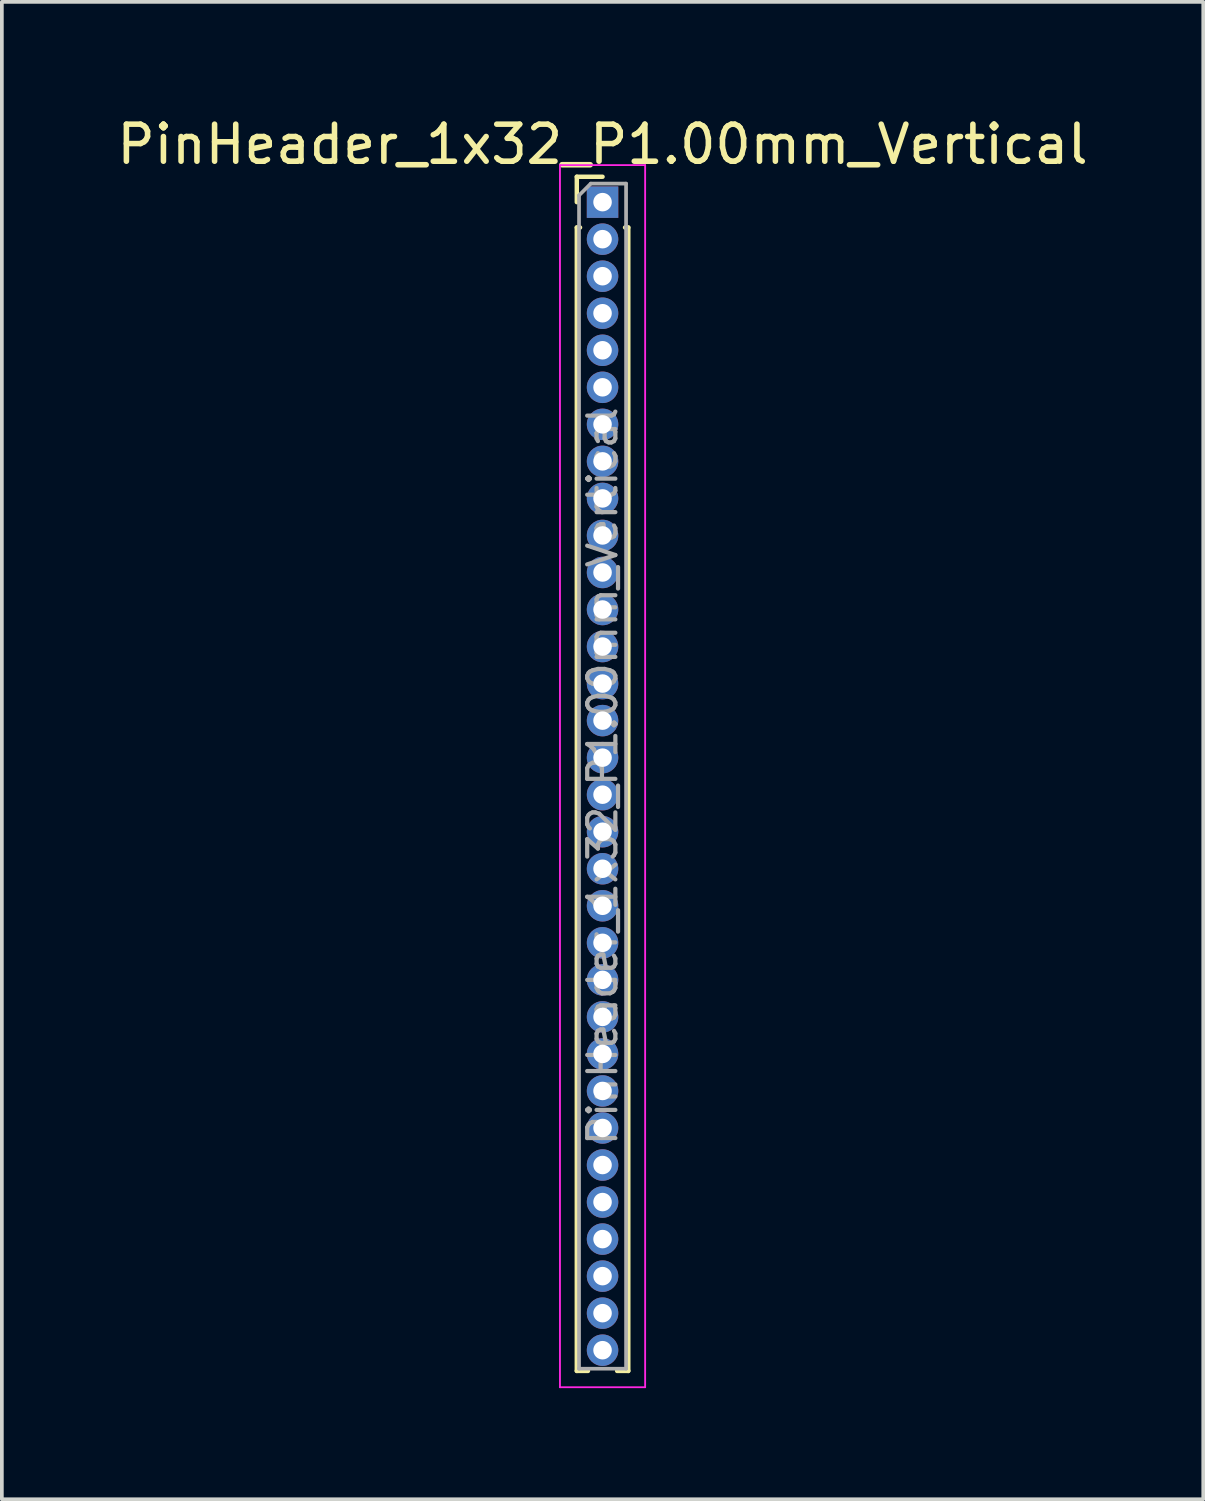
<source format=kicad_pcb>
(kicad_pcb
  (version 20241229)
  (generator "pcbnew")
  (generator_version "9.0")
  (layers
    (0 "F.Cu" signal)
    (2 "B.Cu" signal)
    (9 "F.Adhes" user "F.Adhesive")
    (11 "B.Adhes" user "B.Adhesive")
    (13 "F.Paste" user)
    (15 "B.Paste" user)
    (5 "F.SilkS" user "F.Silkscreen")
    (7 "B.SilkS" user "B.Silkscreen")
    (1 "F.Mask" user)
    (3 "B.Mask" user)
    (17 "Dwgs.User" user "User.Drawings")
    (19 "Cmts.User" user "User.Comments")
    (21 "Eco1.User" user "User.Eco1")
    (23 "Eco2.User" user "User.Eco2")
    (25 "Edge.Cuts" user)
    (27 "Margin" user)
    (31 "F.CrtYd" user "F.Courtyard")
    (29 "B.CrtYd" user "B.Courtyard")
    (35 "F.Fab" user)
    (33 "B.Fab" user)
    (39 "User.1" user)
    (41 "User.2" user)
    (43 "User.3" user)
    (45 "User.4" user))
  (footprint "PinHeader_1x32_P1.00mm_Vertical"
    (layer "F.Cu")
    (at 13.22 2.408)
    (property "Reference" "PinHeader_1x32_P1.00mm_Vertical" (at 0 -1.56 0) (layer "F.SilkS") (effects (font (size 1 1) (thickness 0.15))))
    (attr through_hole)
    (fp_line (start -0.695 -0.685) (end 0 -0.685) (stroke (width 0.12) (type solid)) (layer "F.SilkS"))
    (fp_line (start -0.695 0) (end -0.695 -0.685) (stroke (width 0.12) (type solid)) (layer "F.SilkS"))
    (fp_line (start -0.695 0.685) (end -0.695 31.56) (stroke (width 0.12) (type solid)) (layer "F.SilkS"))
    (fp_line (start -0.695 0.685) (end -0.608 0.685) (stroke (width 0.12) (type solid)) (layer "F.SilkS"))
    (fp_line (start -0.695 31.56) (end -0.394 31.56) (stroke (width 0.12) (type solid)) (layer "F.SilkS"))
    (fp_line (start 0.394 31.56) (end 0.695 31.56) (stroke (width 0.12) (type solid)) (layer "F.SilkS"))
    (fp_line (start 0.608 0.685) (end 0.695 0.685) (stroke (width 0.12) (type solid)) (layer "F.SilkS"))
    (fp_line (start 0.695 0.685) (end 0.695 31.56) (stroke (width 0.12) (type solid)) (layer "F.SilkS"))
    (fp_line (start -1.15 -1) (end -1.15 32) (stroke (width 0.05) (type solid)) (layer "F.CrtYd"))
    (fp_line (start -1.15 32) (end 1.15 32) (stroke (width 0.05) (type solid)) (layer "F.CrtYd"))
    (fp_line (start 1.15 -1) (end -1.15 -1) (stroke (width 0.05) (type solid)) (layer "F.CrtYd"))
    (fp_line (start 1.15 32) (end 1.15 -1) (stroke (width 0.05) (type solid)) (layer "F.CrtYd"))
    (fp_line (start -0.635 -0.182) (end -0.318 -0.5) (stroke (width 0.1) (type solid)) (layer "F.Fab"))
    (fp_line (start -0.635 31.5) (end -0.635 -0.182) (stroke (width 0.1) (type solid)) (layer "F.Fab"))
    (fp_line (start -0.318 -0.5) (end 0.635 -0.5) (stroke (width 0.1) (type solid)) (layer "F.Fab"))
    (fp_line (start 0.635 -0.5) (end 0.635 31.5) (stroke (width 0.1) (type solid)) (layer "F.Fab"))
    (fp_line (start 0.635 31.5) (end -0.635 31.5) (stroke (width 0.1) (type solid)) (layer "F.Fab"))
    (fp_text user "${REFERENCE}" (at 0 15.5 90) (layer "F.Fab") (effects (font (size 0.76 0.76) (thickness 0.114))))
    (pad "1" thru_hole rect (at 0 0) (size 0.85 0.85) (drill 0.5) (layers "*.Cu" "*.Mask"))
    (pad "2" thru_hole oval (at 0 1) (size 0.85 0.85) (drill 0.5) (layers "*.Cu" "*.Mask"))
    (pad "3" thru_hole oval (at 0 2) (size 0.85 0.85) (drill 0.5) (layers "*.Cu" "*.Mask"))
    (pad "4" thru_hole oval (at 0 3) (size 0.85 0.85) (drill 0.5) (layers "*.Cu" "*.Mask"))
    (pad "5" thru_hole oval (at 0 4) (size 0.85 0.85) (drill 0.5) (layers "*.Cu" "*.Mask"))
    (pad "6" thru_hole oval (at 0 5) (size 0.85 0.85) (drill 0.5) (layers "*.Cu" "*.Mask"))
    (pad "7" thru_hole oval (at 0 6) (size 0.85 0.85) (drill 0.5) (layers "*.Cu" "*.Mask"))
    (pad "8" thru_hole oval (at 0 7) (size 0.85 0.85) (drill 0.5) (layers "*.Cu" "*.Mask"))
    (pad "9" thru_hole oval (at 0 8) (size 0.85 0.85) (drill 0.5) (layers "*.Cu" "*.Mask"))
    (pad "10" thru_hole oval (at 0 9) (size 0.85 0.85) (drill 0.5) (layers "*.Cu" "*.Mask"))
    (pad "11" thru_hole oval (at 0 10) (size 0.85 0.85) (drill 0.5) (layers "*.Cu" "*.Mask"))
    (pad "12" thru_hole oval (at 0 11) (size 0.85 0.85) (drill 0.5) (layers "*.Cu" "*.Mask"))
    (pad "13" thru_hole oval (at 0 12) (size 0.85 0.85) (drill 0.5) (layers "*.Cu" "*.Mask"))
    (pad "14" thru_hole oval (at 0 13) (size 0.85 0.85) (drill 0.5) (layers "*.Cu" "*.Mask"))
    (pad "15" thru_hole oval (at 0 14) (size 0.85 0.85) (drill 0.5) (layers "*.Cu" "*.Mask"))
    (pad "16" thru_hole oval (at 0 15) (size 0.85 0.85) (drill 0.5) (layers "*.Cu" "*.Mask"))
    (pad "17" thru_hole oval (at 0 16) (size 0.85 0.85) (drill 0.5) (layers "*.Cu" "*.Mask"))
    (pad "18" thru_hole oval (at 0 17) (size 0.85 0.85) (drill 0.5) (layers "*.Cu" "*.Mask"))
    (pad "19" thru_hole oval (at 0 18) (size 0.85 0.85) (drill 0.5) (layers "*.Cu" "*.Mask"))
    (pad "20" thru_hole oval (at 0 19) (size 0.85 0.85) (drill 0.5) (layers "*.Cu" "*.Mask"))
    (pad "21" thru_hole oval (at 0 20) (size 0.85 0.85) (drill 0.5) (layers "*.Cu" "*.Mask"))
    (pad "22" thru_hole oval (at 0 21) (size 0.85 0.85) (drill 0.5) (layers "*.Cu" "*.Mask"))
    (pad "23" thru_hole oval (at 0 22) (size 0.85 0.85) (drill 0.5) (layers "*.Cu" "*.Mask"))
    (pad "24" thru_hole oval (at 0 23) (size 0.85 0.85) (drill 0.5) (layers "*.Cu" "*.Mask"))
    (pad "25" thru_hole oval (at 0 24) (size 0.85 0.85) (drill 0.5) (layers "*.Cu" "*.Mask"))
    (pad "26" thru_hole oval (at 0 25) (size 0.85 0.85) (drill 0.5) (layers "*.Cu" "*.Mask"))
    (pad "27" thru_hole oval (at 0 26) (size 0.85 0.85) (drill 0.5) (layers "*.Cu" "*.Mask"))
    (pad "28" thru_hole oval (at 0 27) (size 0.85 0.85) (drill 0.5) (layers "*.Cu" "*.Mask"))
    (pad "29" thru_hole oval (at 0 28) (size 0.85 0.85) (drill 0.5) (layers "*.Cu" "*.Mask"))
    (pad "30" thru_hole oval (at 0 29) (size 0.85 0.85) (drill 0.5) (layers "*.Cu" "*.Mask"))
    (pad "31" thru_hole oval (at 0 30) (size 0.85 0.85) (drill 0.5) (layers "*.Cu" "*.Mask"))
    (pad "32" thru_hole oval (at 0 31) (size 0.85 0.85) (drill 0.5) (layers "*.Cu" "*.Mask")))
  (gr_rect
    (start -3 -3)
    (end 29.44 37.433)
    (stroke (width 0.1) (type default))
    (fill no)
    (layer "Edge.Cuts")))
</source>
